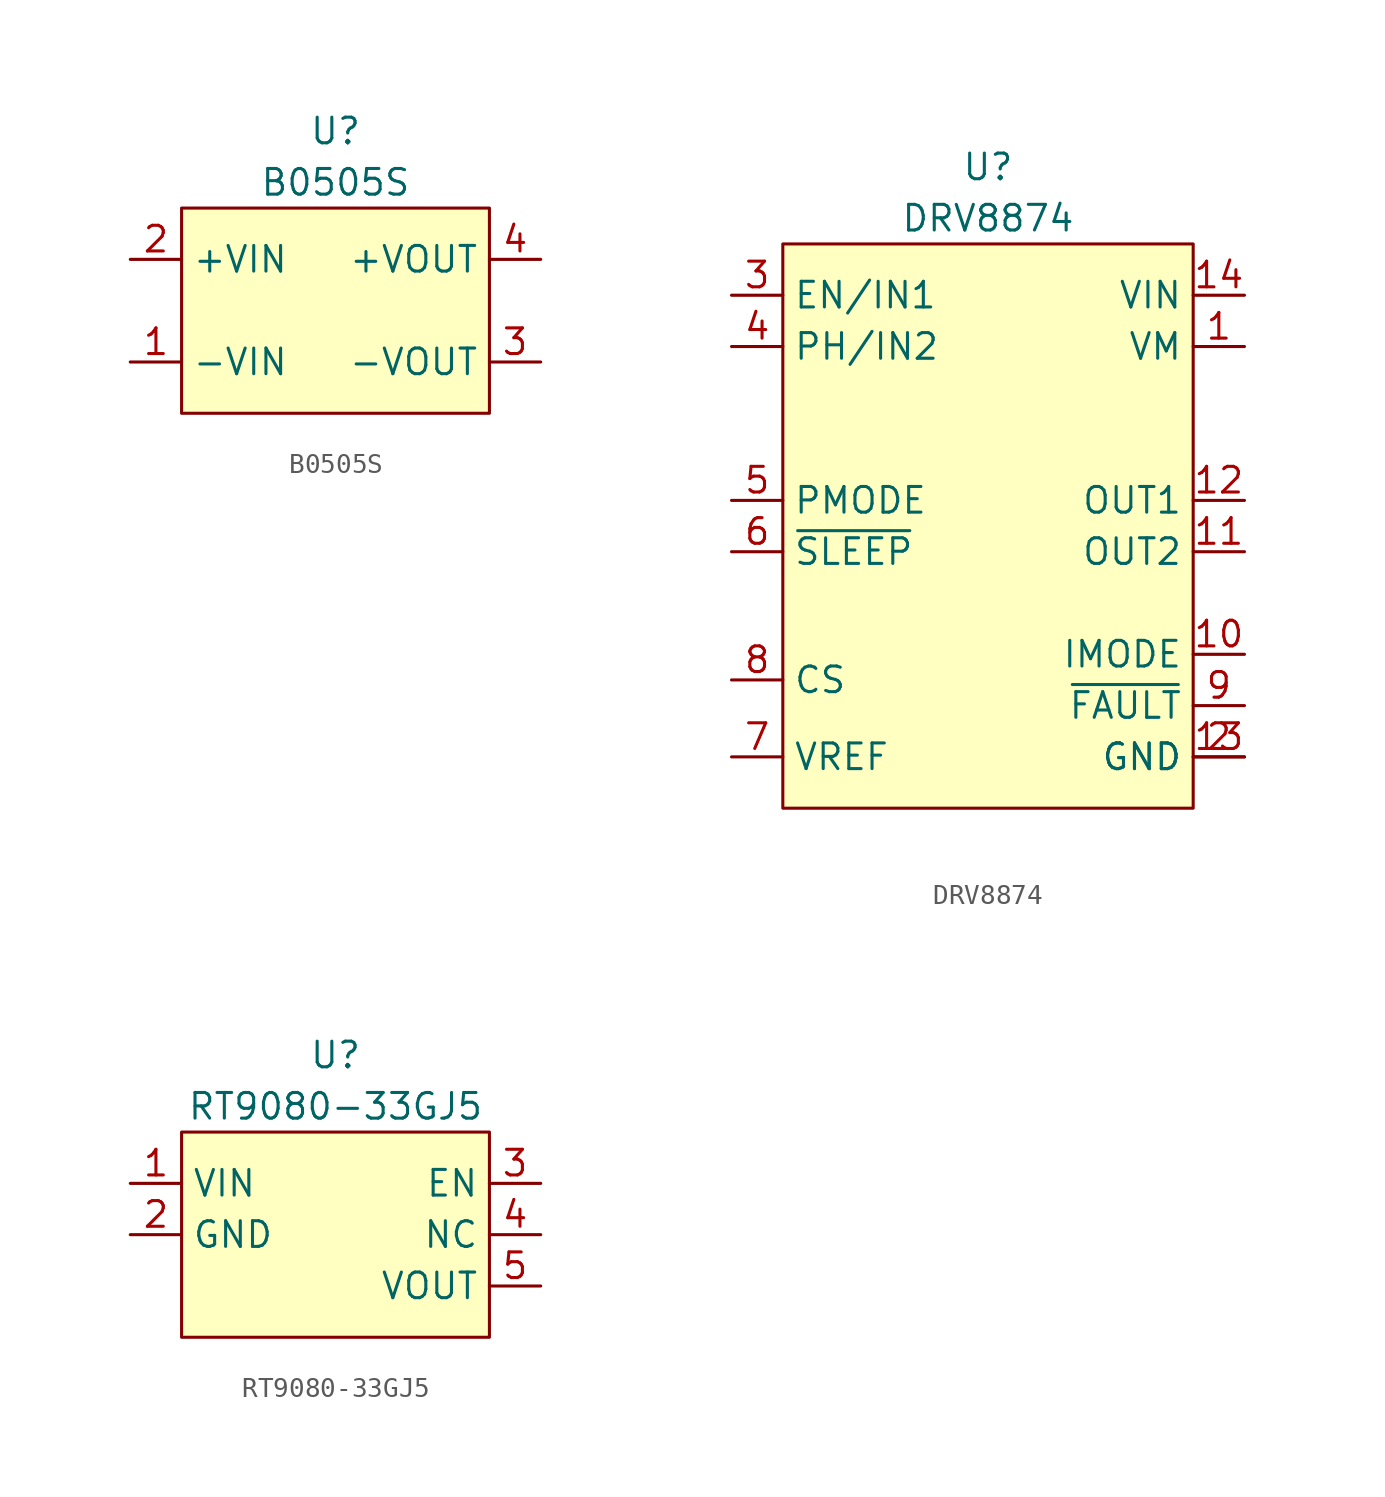
<source format=kicad_sym>
(kicad_symbol_lib
  (version 20220914)
  (generator kicad_symbol_editor)
  (symbol "B0505S"
    (property "Reference" "U"
      (at 0 8.89 0)
      (effects (font (size 1.27 1.27))))
    (property "Value" "B0505S"
      (at 0 6.35 0)
      (effects (font (size 1.27 1.27))))
    (symbol "B0505S_0_1"
      (rectangle (start -7.62 5.08) (end 7.62 -5.08) (stroke (width 0.152) (type default)) (fill (type background))))
    (symbol "B0505S_1_1"
      (pin input line (at -10.16 -2.54 0) (length 2.54) (name "-VIN" (effects (font (size 1.27 1.27)))) (number "1" (effects (font (size 1.27 1.27)))))
      (pin input line (at -10.16 2.54 0) (length 2.54) (name "+VIN" (effects (font (size 1.27 1.27)))) (number "2" (effects (font (size 1.27 1.27)))))
      (pin input line (at 10.16 -2.54 180) (length 2.54) (name "-VOUT" (effects (font (size 1.27 1.27)))) (number "3" (effects (font (size 1.27 1.27)))))
      (pin input line (at 10.16 2.54 180) (length 2.54) (name "+VOUT" (effects (font (size 1.27 1.27)))) (number "4" (effects (font (size 1.27 1.27)))))))
  (symbol "DRV8874"
    (property "Reference" "U"
      (at 0 17.78 0)
      (effects (font (size 1.27 1.27))))
    (property "Value" "DRV8874"
      (at 0 15.24 0)
      (effects (font (size 1.27 1.27))))
    (symbol "DRV8874_0_1"
      (rectangle (start -10.16 13.97) (end 10.16 -13.97) (stroke (width 0.152) (type default)) (fill (type background))))
    (symbol "DRV8874_1_1"
      (pin input line (at 12.7 8.89 180) (length 2.54) (name "VM" (effects (font (size 1.27 1.27)))) (number "1" (effects (font (size 1.27 1.27)))))
      (pin input line (at 12.7 -6.35 180) (length 2.54) (name "IMODE" (effects (font (size 1.27 1.27)))) (number "10" (effects (font (size 1.27 1.27)))))
      (pin input line (at 12.7 -1.27 180) (length 2.54) (name "OUT2" (effects (font (size 1.27 1.27)))) (number "11" (effects (font (size 1.27 1.27)))))
      (pin input line (at 12.7 1.27 180) (length 2.54) (name "OUT1" (effects (font (size 1.27 1.27)))) (number "12" (effects (font (size 1.27 1.27)))))
      (pin input line (at 12.7 -11.43 180) (length 2.54) (name "GND" (effects (font (size 1.27 1.27)))) (number "13" (effects (font (size 1.27 1.27)))))
      (pin input line (at 12.7 11.43 180) (length 2.54) (name "VIN" (effects (font (size 1.27 1.27)))) (number "14" (effects (font (size 1.27 1.27)))))
      (pin input line (at 12.7 -11.43 180) (length 2.54) (name "GND" (effects (font (size 1.27 1.27)))) (number "2" (effects (font (size 1.27 1.27)))))
      (pin input line (at -12.7 11.43 0) (length 2.54) (name "EN/IN1" (effects (font (size 1.27 1.27)))) (number "3" (effects (font (size 1.27 1.27)))))
      (pin input line (at -12.7 8.89 0) (length 2.54) (name "PH/IN2" (effects (font (size 1.27 1.27)))) (number "4" (effects (font (size 1.27 1.27)))))
      (pin input line (at -12.7 1.27 0) (length 2.54) (name "PMODE" (effects (font (size 1.27 1.27)))) (number "5" (effects (font (size 1.27 1.27)))))
      (pin input line (at -12.7 -1.27 0) (length 2.54) (name "~{SLEEP}" (effects (font (size 1.27 1.27)))) (number "6" (effects (font (size 1.27 1.27)))))
      (pin input line (at -12.7 -11.43 0) (length 2.54) (name "VREF" (effects (font (size 1.27 1.27)))) (number "7" (effects (font (size 1.27 1.27)))))
      (pin input line (at -12.7 -7.62 0) (length 2.54) (name "CS" (effects (font (size 1.27 1.27)))) (number "8" (effects (font (size 1.27 1.27)))))
      (pin input line (at 12.7 -8.89 180) (length 2.54) (name "~{FAULT}" (effects (font (size 1.27 1.27)))) (number "9" (effects (font (size 1.27 1.27)))))))
  (symbol "RT9080-33GJ5"
    (property "Reference" "U"
      (at 0 8.89 0)
      (effects (font (size 1.27 1.27))))
    (property "Value" "RT9080-33GJ5"
      (at 0 6.35 0)
      (effects (font (size 1.27 1.27))))
    (symbol "RT9080-33GJ5_0_1"
      (rectangle (start -7.62 5.08) (end 7.62 -5.08) (stroke (width 0.152) (type default)) (fill (type background))))
    (symbol "RT9080-33GJ5_1_1"
      (pin input line (at -10.16 2.54 0) (length 2.54) (name "VIN" (effects (font (size 1.27 1.27)))) (number "1" (effects (font (size 1.27 1.27)))))
      (pin input line (at -10.16 0 0) (length 2.54) (name "GND" (effects (font (size 1.27 1.27)))) (number "2" (effects (font (size 1.27 1.27)))))
      (pin input line (at 10.16 2.54 180) (length 2.54) (name "EN" (effects (font (size 1.27 1.27)))) (number "3" (effects (font (size 1.27 1.27)))))
      (pin input line (at 10.16 0 180) (length 2.54) (name "NC" (effects (font (size 1.27 1.27)))) (number "4" (effects (font (size 1.27 1.27)))))
      (pin input line (at 10.16 -2.54 180) (length 2.54) (name "VOUT" (effects (font (size 1.27 1.27)))) (number "5" (effects (font (size 1.27 1.27))))))))
</source>
